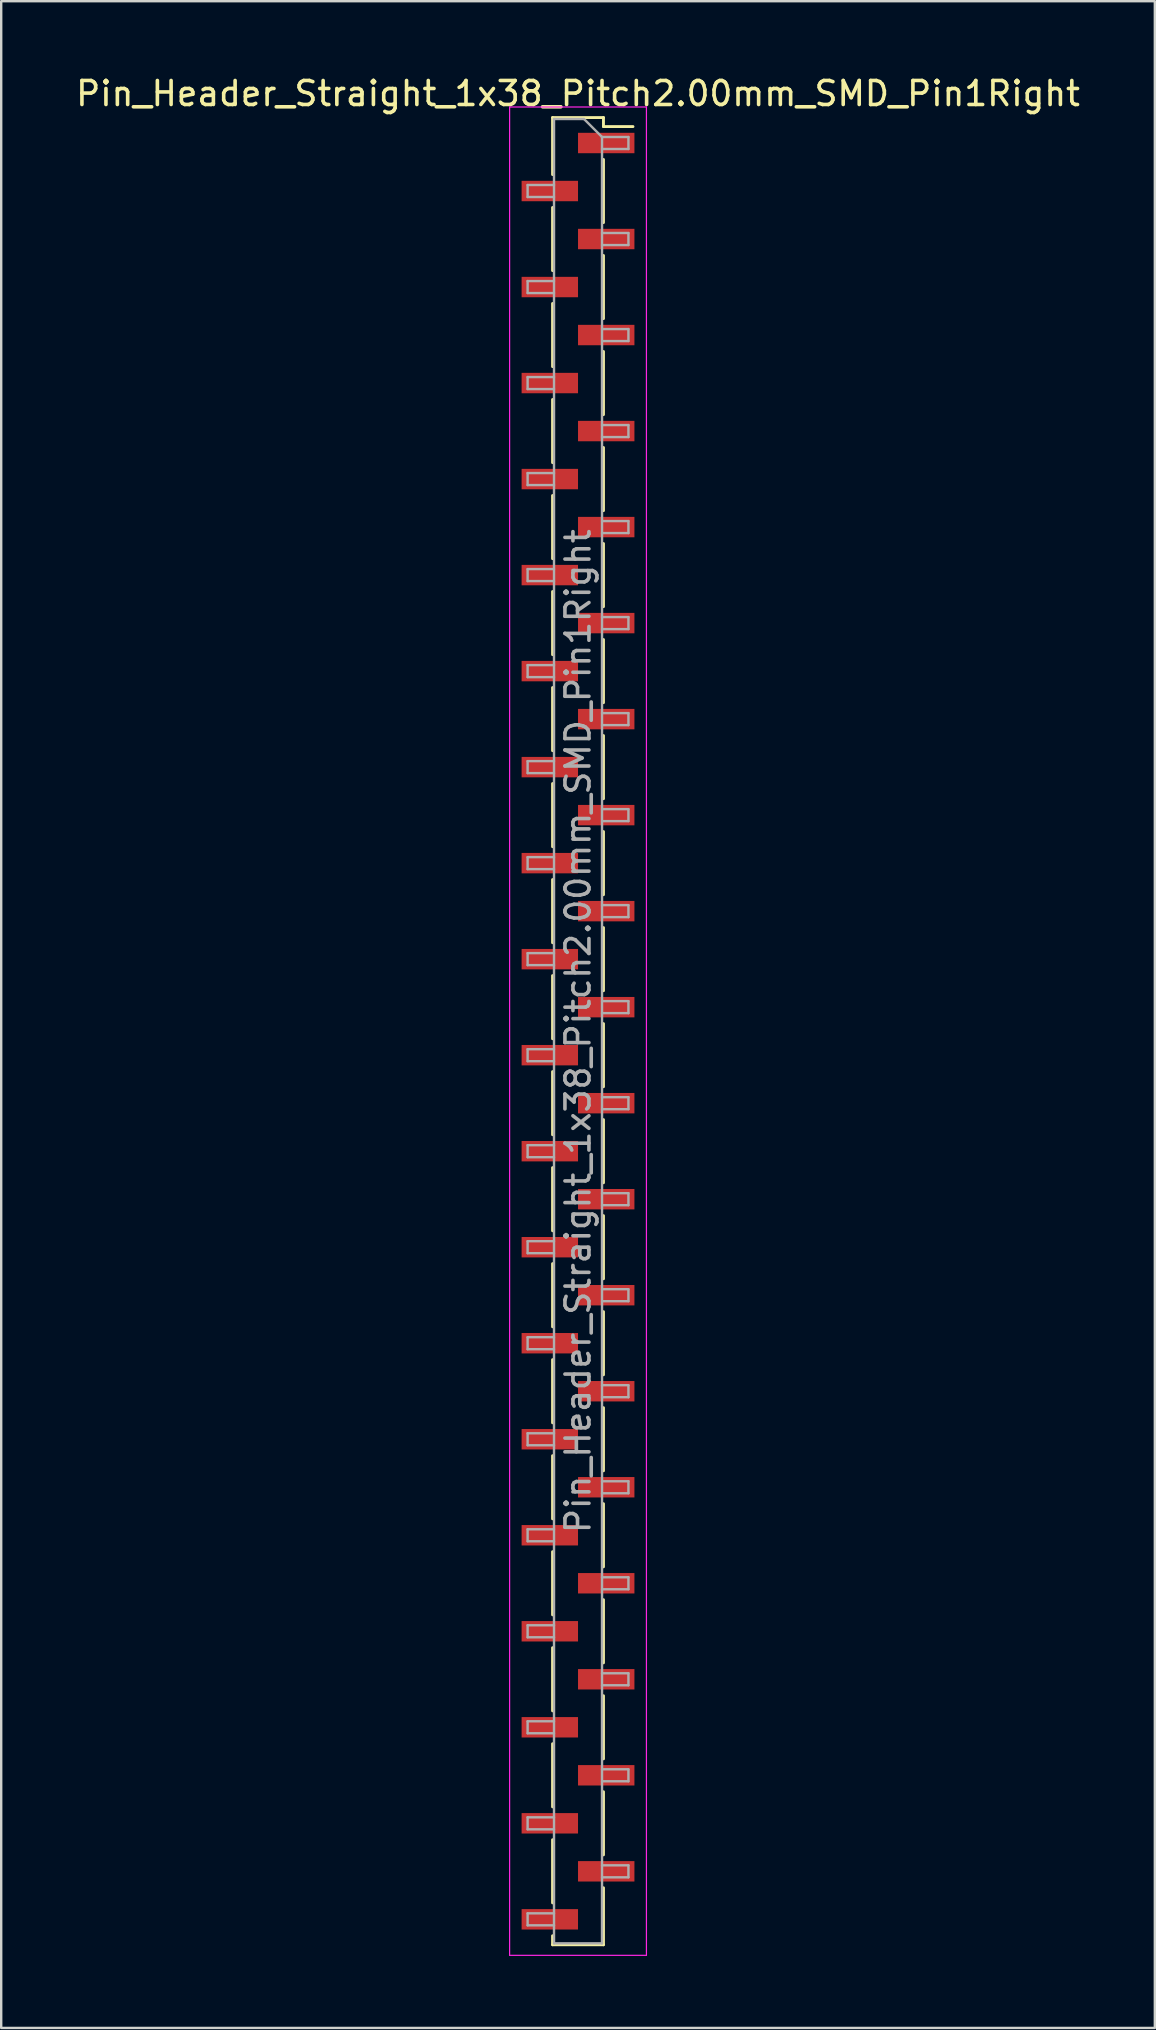
<source format=kicad_pcb>
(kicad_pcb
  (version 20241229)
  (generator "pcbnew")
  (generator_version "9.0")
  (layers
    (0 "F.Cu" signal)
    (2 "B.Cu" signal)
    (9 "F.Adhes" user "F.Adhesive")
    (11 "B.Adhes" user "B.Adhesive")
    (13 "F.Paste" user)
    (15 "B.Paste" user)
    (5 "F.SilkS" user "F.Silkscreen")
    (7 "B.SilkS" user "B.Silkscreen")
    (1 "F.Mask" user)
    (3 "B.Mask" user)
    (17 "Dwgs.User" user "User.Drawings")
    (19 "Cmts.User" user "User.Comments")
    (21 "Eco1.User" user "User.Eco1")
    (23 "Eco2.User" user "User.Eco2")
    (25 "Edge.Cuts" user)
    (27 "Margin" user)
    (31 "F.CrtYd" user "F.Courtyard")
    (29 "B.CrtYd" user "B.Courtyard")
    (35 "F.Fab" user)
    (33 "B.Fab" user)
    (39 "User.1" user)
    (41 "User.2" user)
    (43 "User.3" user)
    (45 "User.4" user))
  (footprint "Pin_Header_Straight_1x38_Pitch2.00mm_SMD_Pin1Right"
    (layer "F.Cu")
    (at 21.03 39.908)
    (property "Reference" "Pin_Header_Straight_1x38_Pitch2.00mm_SMD_Pin1Right" (at 0 -39.06 0) (layer "F.SilkS") (effects (font (size 1 1) (thickness 0.15))))
    (attr smd)
    (fp_line (start -1.06 -38.06) (end -1.06 -35.685) (stroke (width 0.12) (type solid)) (layer "F.SilkS"))
    (fp_line (start -1.06 -38.06) (end 1.06 -38.06) (stroke (width 0.12) (type solid)) (layer "F.SilkS"))
    (fp_line (start -1.06 -34.315) (end -1.06 -31.685) (stroke (width 0.12) (type solid)) (layer "F.SilkS"))
    (fp_line (start -1.06 -30.315) (end -1.06 -27.685) (stroke (width 0.12) (type solid)) (layer "F.SilkS"))
    (fp_line (start -1.06 -26.315) (end -1.06 -23.685) (stroke (width 0.12) (type solid)) (layer "F.SilkS"))
    (fp_line (start -1.06 -22.315) (end -1.06 -19.685) (stroke (width 0.12) (type solid)) (layer "F.SilkS"))
    (fp_line (start -1.06 -18.315) (end -1.06 -15.685) (stroke (width 0.12) (type solid)) (layer "F.SilkS"))
    (fp_line (start -1.06 -14.315) (end -1.06 -11.685) (stroke (width 0.12) (type solid)) (layer "F.SilkS"))
    (fp_line (start -1.06 -10.315) (end -1.06 -7.685) (stroke (width 0.12) (type solid)) (layer "F.SilkS"))
    (fp_line (start -1.06 -6.315) (end -1.06 -3.685) (stroke (width 0.12) (type solid)) (layer "F.SilkS"))
    (fp_line (start -1.06 -2.315) (end -1.06 0.315) (stroke (width 0.12) (type solid)) (layer "F.SilkS"))
    (fp_line (start -1.06 1.685) (end -1.06 4.315) (stroke (width 0.12) (type solid)) (layer "F.SilkS"))
    (fp_line (start -1.06 5.685) (end -1.06 8.315) (stroke (width 0.12) (type solid)) (layer "F.SilkS"))
    (fp_line (start -1.06 9.685) (end -1.06 12.315) (stroke (width 0.12) (type solid)) (layer "F.SilkS"))
    (fp_line (start -1.06 13.685) (end -1.06 16.315) (stroke (width 0.12) (type solid)) (layer "F.SilkS"))
    (fp_line (start -1.06 17.685) (end -1.06 20.315) (stroke (width 0.12) (type solid)) (layer "F.SilkS"))
    (fp_line (start -1.06 21.685) (end -1.06 24.315) (stroke (width 0.12) (type solid)) (layer "F.SilkS"))
    (fp_line (start -1.06 25.685) (end -1.06 28.315) (stroke (width 0.12) (type solid)) (layer "F.SilkS"))
    (fp_line (start -1.06 29.685) (end -1.06 32.315) (stroke (width 0.12) (type solid)) (layer "F.SilkS"))
    (fp_line (start -1.06 33.685) (end -1.06 36.315) (stroke (width 0.12) (type solid)) (layer "F.SilkS"))
    (fp_line (start -1.06 37.685) (end -1.06 38.06) (stroke (width 0.12) (type solid)) (layer "F.SilkS"))
    (fp_line (start -1.06 38.06) (end 1.06 38.06) (stroke (width 0.12) (type solid)) (layer "F.SilkS"))
    (fp_line (start 1.06 -38.06) (end 1.06 -37.685) (stroke (width 0.12) (type solid)) (layer "F.SilkS"))
    (fp_line (start 1.06 -37.685) (end 2.29 -37.685) (stroke (width 0.12) (type solid)) (layer "F.SilkS"))
    (fp_line (start 1.06 -36.315) (end 1.06 -33.685) (stroke (width 0.12) (type solid)) (layer "F.SilkS"))
    (fp_line (start 1.06 -32.315) (end 1.06 -29.685) (stroke (width 0.12) (type solid)) (layer "F.SilkS"))
    (fp_line (start 1.06 -28.315) (end 1.06 -25.685) (stroke (width 0.12) (type solid)) (layer "F.SilkS"))
    (fp_line (start 1.06 -24.315) (end 1.06 -21.685) (stroke (width 0.12) (type solid)) (layer "F.SilkS"))
    (fp_line (start 1.06 -20.315) (end 1.06 -17.685) (stroke (width 0.12) (type solid)) (layer "F.SilkS"))
    (fp_line (start 1.06 -16.315) (end 1.06 -13.685) (stroke (width 0.12) (type solid)) (layer "F.SilkS"))
    (fp_line (start 1.06 -12.315) (end 1.06 -9.685) (stroke (width 0.12) (type solid)) (layer "F.SilkS"))
    (fp_line (start 1.06 -8.315) (end 1.06 -5.685) (stroke (width 0.12) (type solid)) (layer "F.SilkS"))
    (fp_line (start 1.06 -4.315) (end 1.06 -1.685) (stroke (width 0.12) (type solid)) (layer "F.SilkS"))
    (fp_line (start 1.06 -0.315) (end 1.06 2.315) (stroke (width 0.12) (type solid)) (layer "F.SilkS"))
    (fp_line (start 1.06 3.685) (end 1.06 6.315) (stroke (width 0.12) (type solid)) (layer "F.SilkS"))
    (fp_line (start 1.06 7.685) (end 1.06 10.315) (stroke (width 0.12) (type solid)) (layer "F.SilkS"))
    (fp_line (start 1.06 11.685) (end 1.06 14.315) (stroke (width 0.12) (type solid)) (layer "F.SilkS"))
    (fp_line (start 1.06 15.685) (end 1.06 18.315) (stroke (width 0.12) (type solid)) (layer "F.SilkS"))
    (fp_line (start 1.06 19.685) (end 1.06 22.315) (stroke (width 0.12) (type solid)) (layer "F.SilkS"))
    (fp_line (start 1.06 23.685) (end 1.06 26.315) (stroke (width 0.12) (type solid)) (layer "F.SilkS"))
    (fp_line (start 1.06 27.685) (end 1.06 30.315) (stroke (width 0.12) (type solid)) (layer "F.SilkS"))
    (fp_line (start 1.06 31.685) (end 1.06 34.315) (stroke (width 0.12) (type solid)) (layer "F.SilkS"))
    (fp_line (start 1.06 35.685) (end 1.06 38.06) (stroke (width 0.12) (type solid)) (layer "F.SilkS"))
    (fp_line (start -2.85 -38.5) (end -2.85 38.5) (stroke (width 0.05) (type solid)) (layer "F.CrtYd"))
    (fp_line (start -2.85 38.5) (end 2.85 38.5) (stroke (width 0.05) (type solid)) (layer "F.CrtYd"))
    (fp_line (start 2.85 -38.5) (end -2.85 -38.5) (stroke (width 0.05) (type solid)) (layer "F.CrtYd"))
    (fp_line (start 2.85 38.5) (end 2.85 -38.5) (stroke (width 0.05) (type solid)) (layer "F.CrtYd"))
    (fp_line (start -2.1 -35.25) (end -2.1 -34.75) (stroke (width 0.1) (type solid)) (layer "F.Fab"))
    (fp_line (start -2.1 -34.75) (end -1 -34.75) (stroke (width 0.1) (type solid)) (layer "F.Fab"))
    (fp_line (start -2.1 -31.25) (end -2.1 -30.75) (stroke (width 0.1) (type solid)) (layer "F.Fab"))
    (fp_line (start -2.1 -30.75) (end -1 -30.75) (stroke (width 0.1) (type solid)) (layer "F.Fab"))
    (fp_line (start -2.1 -27.25) (end -2.1 -26.75) (stroke (width 0.1) (type solid)) (layer "F.Fab"))
    (fp_line (start -2.1 -26.75) (end -1 -26.75) (stroke (width 0.1) (type solid)) (layer "F.Fab"))
    (fp_line (start -2.1 -23.25) (end -2.1 -22.75) (stroke (width 0.1) (type solid)) (layer "F.Fab"))
    (fp_line (start -2.1 -22.75) (end -1 -22.75) (stroke (width 0.1) (type solid)) (layer "F.Fab"))
    (fp_line (start -2.1 -19.25) (end -2.1 -18.75) (stroke (width 0.1) (type solid)) (layer "F.Fab"))
    (fp_line (start -2.1 -18.75) (end -1 -18.75) (stroke (width 0.1) (type solid)) (layer "F.Fab"))
    (fp_line (start -2.1 -15.25) (end -2.1 -14.75) (stroke (width 0.1) (type solid)) (layer "F.Fab"))
    (fp_line (start -2.1 -14.75) (end -1 -14.75) (stroke (width 0.1) (type solid)) (layer "F.Fab"))
    (fp_line (start -2.1 -11.25) (end -2.1 -10.75) (stroke (width 0.1) (type solid)) (layer "F.Fab"))
    (fp_line (start -2.1 -10.75) (end -1 -10.75) (stroke (width 0.1) (type solid)) (layer "F.Fab"))
    (fp_line (start -2.1 -7.25) (end -2.1 -6.75) (stroke (width 0.1) (type solid)) (layer "F.Fab"))
    (fp_line (start -2.1 -6.75) (end -1 -6.75) (stroke (width 0.1) (type solid)) (layer "F.Fab"))
    (fp_line (start -2.1 -3.25) (end -2.1 -2.75) (stroke (width 0.1) (type solid)) (layer "F.Fab"))
    (fp_line (start -2.1 -2.75) (end -1 -2.75) (stroke (width 0.1) (type solid)) (layer "F.Fab"))
    (fp_line (start -2.1 0.75) (end -2.1 1.25) (stroke (width 0.1) (type solid)) (layer "F.Fab"))
    (fp_line (start -2.1 1.25) (end -1 1.25) (stroke (width 0.1) (type solid)) (layer "F.Fab"))
    (fp_line (start -2.1 4.75) (end -2.1 5.25) (stroke (width 0.1) (type solid)) (layer "F.Fab"))
    (fp_line (start -2.1 5.25) (end -1 5.25) (stroke (width 0.1) (type solid)) (layer "F.Fab"))
    (fp_line (start -2.1 8.75) (end -2.1 9.25) (stroke (width 0.1) (type solid)) (layer "F.Fab"))
    (fp_line (start -2.1 9.25) (end -1 9.25) (stroke (width 0.1) (type solid)) (layer "F.Fab"))
    (fp_line (start -2.1 12.75) (end -2.1 13.25) (stroke (width 0.1) (type solid)) (layer "F.Fab"))
    (fp_line (start -2.1 13.25) (end -1 13.25) (stroke (width 0.1) (type solid)) (layer "F.Fab"))
    (fp_line (start -2.1 16.75) (end -2.1 17.25) (stroke (width 0.1) (type solid)) (layer "F.Fab"))
    (fp_line (start -2.1 17.25) (end -1 17.25) (stroke (width 0.1) (type solid)) (layer "F.Fab"))
    (fp_line (start -2.1 20.75) (end -2.1 21.25) (stroke (width 0.1) (type solid)) (layer "F.Fab"))
    (fp_line (start -2.1 21.25) (end -1 21.25) (stroke (width 0.1) (type solid)) (layer "F.Fab"))
    (fp_line (start -2.1 24.75) (end -2.1 25.25) (stroke (width 0.1) (type solid)) (layer "F.Fab"))
    (fp_line (start -2.1 25.25) (end -1 25.25) (stroke (width 0.1) (type solid)) (layer "F.Fab"))
    (fp_line (start -2.1 28.75) (end -2.1 29.25) (stroke (width 0.1) (type solid)) (layer "F.Fab"))
    (fp_line (start -2.1 29.25) (end -1 29.25) (stroke (width 0.1) (type solid)) (layer "F.Fab"))
    (fp_line (start -2.1 32.75) (end -2.1 33.25) (stroke (width 0.1) (type solid)) (layer "F.Fab"))
    (fp_line (start -2.1 33.25) (end -1 33.25) (stroke (width 0.1) (type solid)) (layer "F.Fab"))
    (fp_line (start -2.1 36.75) (end -2.1 37.25) (stroke (width 0.1) (type solid)) (layer "F.Fab"))
    (fp_line (start -2.1 37.25) (end -1 37.25) (stroke (width 0.1) (type solid)) (layer "F.Fab"))
    (fp_line (start -1 -38) (end -1 38) (stroke (width 0.1) (type solid)) (layer "F.Fab"))
    (fp_line (start -1 -38) (end 0.25 -38) (stroke (width 0.1) (type solid)) (layer "F.Fab"))
    (fp_line (start -1 -35.25) (end -2.1 -35.25) (stroke (width 0.1) (type solid)) (layer "F.Fab"))
    (fp_line (start -1 -31.25) (end -2.1 -31.25) (stroke (width 0.1) (type solid)) (layer "F.Fab"))
    (fp_line (start -1 -27.25) (end -2.1 -27.25) (stroke (width 0.1) (type solid)) (layer "F.Fab"))
    (fp_line (start -1 -23.25) (end -2.1 -23.25) (stroke (width 0.1) (type solid)) (layer "F.Fab"))
    (fp_line (start -1 -19.25) (end -2.1 -19.25) (stroke (width 0.1) (type solid)) (layer "F.Fab"))
    (fp_line (start -1 -15.25) (end -2.1 -15.25) (stroke (width 0.1) (type solid)) (layer "F.Fab"))
    (fp_line (start -1 -11.25) (end -2.1 -11.25) (stroke (width 0.1) (type solid)) (layer "F.Fab"))
    (fp_line (start -1 -7.25) (end -2.1 -7.25) (stroke (width 0.1) (type solid)) (layer "F.Fab"))
    (fp_line (start -1 -3.25) (end -2.1 -3.25) (stroke (width 0.1) (type solid)) (layer "F.Fab"))
    (fp_line (start -1 0.75) (end -2.1 0.75) (stroke (width 0.1) (type solid)) (layer "F.Fab"))
    (fp_line (start -1 4.75) (end -2.1 4.75) (stroke (width 0.1) (type solid)) (layer "F.Fab"))
    (fp_line (start -1 8.75) (end -2.1 8.75) (stroke (width 0.1) (type solid)) (layer "F.Fab"))
    (fp_line (start -1 12.75) (end -2.1 12.75) (stroke (width 0.1) (type solid)) (layer "F.Fab"))
    (fp_line (start -1 16.75) (end -2.1 16.75) (stroke (width 0.1) (type solid)) (layer "F.Fab"))
    (fp_line (start -1 20.75) (end -2.1 20.75) (stroke (width 0.1) (type solid)) (layer "F.Fab"))
    (fp_line (start -1 24.75) (end -2.1 24.75) (stroke (width 0.1) (type solid)) (layer "F.Fab"))
    (fp_line (start -1 28.75) (end -2.1 28.75) (stroke (width 0.1) (type solid)) (layer "F.Fab"))
    (fp_line (start -1 32.75) (end -2.1 32.75) (stroke (width 0.1) (type solid)) (layer "F.Fab"))
    (fp_line (start -1 36.75) (end -2.1 36.75) (stroke (width 0.1) (type solid)) (layer "F.Fab"))
    (fp_line (start 1 -37.25) (end 0.25 -38) (stroke (width 0.1) (type solid)) (layer "F.Fab"))
    (fp_line (start 1 -37.25) (end 2.1 -37.25) (stroke (width 0.1) (type solid)) (layer "F.Fab"))
    (fp_line (start 1 -33.25) (end 2.1 -33.25) (stroke (width 0.1) (type solid)) (layer "F.Fab"))
    (fp_line (start 1 -29.25) (end 2.1 -29.25) (stroke (width 0.1) (type solid)) (layer "F.Fab"))
    (fp_line (start 1 -25.25) (end 2.1 -25.25) (stroke (width 0.1) (type solid)) (layer "F.Fab"))
    (fp_line (start 1 -21.25) (end 2.1 -21.25) (stroke (width 0.1) (type solid)) (layer "F.Fab"))
    (fp_line (start 1 -17.25) (end 2.1 -17.25) (stroke (width 0.1) (type solid)) (layer "F.Fab"))
    (fp_line (start 1 -13.25) (end 2.1 -13.25) (stroke (width 0.1) (type solid)) (layer "F.Fab"))
    (fp_line (start 1 -9.25) (end 2.1 -9.25) (stroke (width 0.1) (type solid)) (layer "F.Fab"))
    (fp_line (start 1 -5.25) (end 2.1 -5.25) (stroke (width 0.1) (type solid)) (layer "F.Fab"))
    (fp_line (start 1 -1.25) (end 2.1 -1.25) (stroke (width 0.1) (type solid)) (layer "F.Fab"))
    (fp_line (start 1 2.75) (end 2.1 2.75) (stroke (width 0.1) (type solid)) (layer "F.Fab"))
    (fp_line (start 1 6.75) (end 2.1 6.75) (stroke (width 0.1) (type solid)) (layer "F.Fab"))
    (fp_line (start 1 10.75) (end 2.1 10.75) (stroke (width 0.1) (type solid)) (layer "F.Fab"))
    (fp_line (start 1 14.75) (end 2.1 14.75) (stroke (width 0.1) (type solid)) (layer "F.Fab"))
    (fp_line (start 1 18.75) (end 2.1 18.75) (stroke (width 0.1) (type solid)) (layer "F.Fab"))
    (fp_line (start 1 22.75) (end 2.1 22.75) (stroke (width 0.1) (type solid)) (layer "F.Fab"))
    (fp_line (start 1 26.75) (end 2.1 26.75) (stroke (width 0.1) (type solid)) (layer "F.Fab"))
    (fp_line (start 1 30.75) (end 2.1 30.75) (stroke (width 0.1) (type solid)) (layer "F.Fab"))
    (fp_line (start 1 34.75) (end 2.1 34.75) (stroke (width 0.1) (type solid)) (layer "F.Fab"))
    (fp_line (start 1 38) (end -1 38) (stroke (width 0.1) (type solid)) (layer "F.Fab"))
    (fp_line (start 1 38) (end 1 -37.25) (stroke (width 0.1) (type solid)) (layer "F.Fab"))
    (fp_line (start 2.1 -37.25) (end 2.1 -36.75) (stroke (width 0.1) (type solid)) (layer "F.Fab"))
    (fp_line (start 2.1 -36.75) (end 1 -36.75) (stroke (width 0.1) (type solid)) (layer "F.Fab"))
    (fp_line (start 2.1 -33.25) (end 2.1 -32.75) (stroke (width 0.1) (type solid)) (layer "F.Fab"))
    (fp_line (start 2.1 -32.75) (end 1 -32.75) (stroke (width 0.1) (type solid)) (layer "F.Fab"))
    (fp_line (start 2.1 -29.25) (end 2.1 -28.75) (stroke (width 0.1) (type solid)) (layer "F.Fab"))
    (fp_line (start 2.1 -28.75) (end 1 -28.75) (stroke (width 0.1) (type solid)) (layer "F.Fab"))
    (fp_line (start 2.1 -25.25) (end 2.1 -24.75) (stroke (width 0.1) (type solid)) (layer "F.Fab"))
    (fp_line (start 2.1 -24.75) (end 1 -24.75) (stroke (width 0.1) (type solid)) (layer "F.Fab"))
    (fp_line (start 2.1 -21.25) (end 2.1 -20.75) (stroke (width 0.1) (type solid)) (layer "F.Fab"))
    (fp_line (start 2.1 -20.75) (end 1 -20.75) (stroke (width 0.1) (type solid)) (layer "F.Fab"))
    (fp_line (start 2.1 -17.25) (end 2.1 -16.75) (stroke (width 0.1) (type solid)) (layer "F.Fab"))
    (fp_line (start 2.1 -16.75) (end 1 -16.75) (stroke (width 0.1) (type solid)) (layer "F.Fab"))
    (fp_line (start 2.1 -13.25) (end 2.1 -12.75) (stroke (width 0.1) (type solid)) (layer "F.Fab"))
    (fp_line (start 2.1 -12.75) (end 1 -12.75) (stroke (width 0.1) (type solid)) (layer "F.Fab"))
    (fp_line (start 2.1 -9.25) (end 2.1 -8.75) (stroke (width 0.1) (type solid)) (layer "F.Fab"))
    (fp_line (start 2.1 -8.75) (end 1 -8.75) (stroke (width 0.1) (type solid)) (layer "F.Fab"))
    (fp_line (start 2.1 -5.25) (end 2.1 -4.75) (stroke (width 0.1) (type solid)) (layer "F.Fab"))
    (fp_line (start 2.1 -4.75) (end 1 -4.75) (stroke (width 0.1) (type solid)) (layer "F.Fab"))
    (fp_line (start 2.1 -1.25) (end 2.1 -0.75) (stroke (width 0.1) (type solid)) (layer "F.Fab"))
    (fp_line (start 2.1 -0.75) (end 1 -0.75) (stroke (width 0.1) (type solid)) (layer "F.Fab"))
    (fp_line (start 2.1 2.75) (end 2.1 3.25) (stroke (width 0.1) (type solid)) (layer "F.Fab"))
    (fp_line (start 2.1 3.25) (end 1 3.25) (stroke (width 0.1) (type solid)) (layer "F.Fab"))
    (fp_line (start 2.1 6.75) (end 2.1 7.25) (stroke (width 0.1) (type solid)) (layer "F.Fab"))
    (fp_line (start 2.1 7.25) (end 1 7.25) (stroke (width 0.1) (type solid)) (layer "F.Fab"))
    (fp_line (start 2.1 10.75) (end 2.1 11.25) (stroke (width 0.1) (type solid)) (layer "F.Fab"))
    (fp_line (start 2.1 11.25) (end 1 11.25) (stroke (width 0.1) (type solid)) (layer "F.Fab"))
    (fp_line (start 2.1 14.75) (end 2.1 15.25) (stroke (width 0.1) (type solid)) (layer "F.Fab"))
    (fp_line (start 2.1 15.25) (end 1 15.25) (stroke (width 0.1) (type solid)) (layer "F.Fab"))
    (fp_line (start 2.1 18.75) (end 2.1 19.25) (stroke (width 0.1) (type solid)) (layer "F.Fab"))
    (fp_line (start 2.1 19.25) (end 1 19.25) (stroke (width 0.1) (type solid)) (layer "F.Fab"))
    (fp_line (start 2.1 22.75) (end 2.1 23.25) (stroke (width 0.1) (type solid)) (layer "F.Fab"))
    (fp_line (start 2.1 23.25) (end 1 23.25) (stroke (width 0.1) (type solid)) (layer "F.Fab"))
    (fp_line (start 2.1 26.75) (end 2.1 27.25) (stroke (width 0.1) (type solid)) (layer "F.Fab"))
    (fp_line (start 2.1 27.25) (end 1 27.25) (stroke (width 0.1) (type solid)) (layer "F.Fab"))
    (fp_line (start 2.1 30.75) (end 2.1 31.25) (stroke (width 0.1) (type solid)) (layer "F.Fab"))
    (fp_line (start 2.1 31.25) (end 1 31.25) (stroke (width 0.1) (type solid)) (layer "F.Fab"))
    (fp_line (start 2.1 34.75) (end 2.1 35.25) (stroke (width 0.1) (type solid)) (layer "F.Fab"))
    (fp_line (start 2.1 35.25) (end 1 35.25) (stroke (width 0.1) (type solid)) (layer "F.Fab"))
    (fp_text user "${REFERENCE}" (at 0 0 90) (layer "F.Fab") (effects (font (size 1 1) (thickness 0.15))))
    (pad "1" smd rect (at 1.175 -37) (size 2.35 0.85) (layers "F.Cu" "F.Mask" "F.Paste"))
    (pad "2" smd rect (at -1.175 -35) (size 2.35 0.85) (layers "F.Cu" "F.Mask" "F.Paste"))
    (pad "3" smd rect (at 1.175 -33) (size 2.35 0.85) (layers "F.Cu" "F.Mask" "F.Paste"))
    (pad "4" smd rect (at -1.175 -31) (size 2.35 0.85) (layers "F.Cu" "F.Mask" "F.Paste"))
    (pad "5" smd rect (at 1.175 -29) (size 2.35 0.85) (layers "F.Cu" "F.Mask" "F.Paste"))
    (pad "6" smd rect (at -1.175 -27) (size 2.35 0.85) (layers "F.Cu" "F.Mask" "F.Paste"))
    (pad "7" smd rect (at 1.175 -25) (size 2.35 0.85) (layers "F.Cu" "F.Mask" "F.Paste"))
    (pad "8" smd rect (at -1.175 -23) (size 2.35 0.85) (layers "F.Cu" "F.Mask" "F.Paste"))
    (pad "9" smd rect (at 1.175 -21) (size 2.35 0.85) (layers "F.Cu" "F.Mask" "F.Paste"))
    (pad "10" smd rect (at -1.175 -19) (size 2.35 0.85) (layers "F.Cu" "F.Mask" "F.Paste"))
    (pad "11" smd rect (at 1.175 -17) (size 2.35 0.85) (layers "F.Cu" "F.Mask" "F.Paste"))
    (pad "12" smd rect (at -1.175 -15) (size 2.35 0.85) (layers "F.Cu" "F.Mask" "F.Paste"))
    (pad "13" smd rect (at 1.175 -13) (size 2.35 0.85) (layers "F.Cu" "F.Mask" "F.Paste"))
    (pad "14" smd rect (at -1.175 -11) (size 2.35 0.85) (layers "F.Cu" "F.Mask" "F.Paste"))
    (pad "15" smd rect (at 1.175 -9) (size 2.35 0.85) (layers "F.Cu" "F.Mask" "F.Paste"))
    (pad "16" smd rect (at -1.175 -7) (size 2.35 0.85) (layers "F.Cu" "F.Mask" "F.Paste"))
    (pad "17" smd rect (at 1.175 -5) (size 2.35 0.85) (layers "F.Cu" "F.Mask" "F.Paste"))
    (pad "18" smd rect (at -1.175 -3) (size 2.35 0.85) (layers "F.Cu" "F.Mask" "F.Paste"))
    (pad "19" smd rect (at 1.175 -1) (size 2.35 0.85) (layers "F.Cu" "F.Mask" "F.Paste"))
    (pad "20" smd rect (at -1.175 1) (size 2.35 0.85) (layers "F.Cu" "F.Mask" "F.Paste"))
    (pad "21" smd rect (at 1.175 3) (size 2.35 0.85) (layers "F.Cu" "F.Mask" "F.Paste"))
    (pad "22" smd rect (at -1.175 5) (size 2.35 0.85) (layers "F.Cu" "F.Mask" "F.Paste"))
    (pad "23" smd rect (at 1.175 7) (size 2.35 0.85) (layers "F.Cu" "F.Mask" "F.Paste"))
    (pad "24" smd rect (at -1.175 9) (size 2.35 0.85) (layers "F.Cu" "F.Mask" "F.Paste"))
    (pad "25" smd rect (at 1.175 11) (size 2.35 0.85) (layers "F.Cu" "F.Mask" "F.Paste"))
    (pad "26" smd rect (at -1.175 13) (size 2.35 0.85) (layers "F.Cu" "F.Mask" "F.Paste"))
    (pad "27" smd rect (at 1.175 15) (size 2.35 0.85) (layers "F.Cu" "F.Mask" "F.Paste"))
    (pad "28" smd rect (at -1.175 17) (size 2.35 0.85) (layers "F.Cu" "F.Mask" "F.Paste"))
    (pad "29" smd rect (at 1.175 19) (size 2.35 0.85) (layers "F.Cu" "F.Mask" "F.Paste"))
    (pad "30" smd rect (at -1.175 21) (size 2.35 0.85) (layers "F.Cu" "F.Mask" "F.Paste"))
    (pad "31" smd rect (at 1.175 23) (size 2.35 0.85) (layers "F.Cu" "F.Mask" "F.Paste"))
    (pad "32" smd rect (at -1.175 25) (size 2.35 0.85) (layers "F.Cu" "F.Mask" "F.Paste"))
    (pad "33" smd rect (at 1.175 27) (size 2.35 0.85) (layers "F.Cu" "F.Mask" "F.Paste"))
    (pad "34" smd rect (at -1.175 29) (size 2.35 0.85) (layers "F.Cu" "F.Mask" "F.Paste"))
    (pad "35" smd rect (at 1.175 31) (size 2.35 0.85) (layers "F.Cu" "F.Mask" "F.Paste"))
    (pad "36" smd rect (at -1.175 33) (size 2.35 0.85) (layers "F.Cu" "F.Mask" "F.Paste"))
    (pad "37" smd rect (at 1.175 35) (size 2.35 0.85) (layers "F.Cu" "F.Mask" "F.Paste"))
    (pad "38" smd rect (at -1.175 37) (size 2.35 0.85) (layers "F.Cu" "F.Mask" "F.Paste")))
  (gr_rect
    (start -3 -3)
    (end 45.06 81.433)
    (stroke (width 0.1) (type default))
    (fill no)
    (layer "Edge.Cuts")))
</source>
